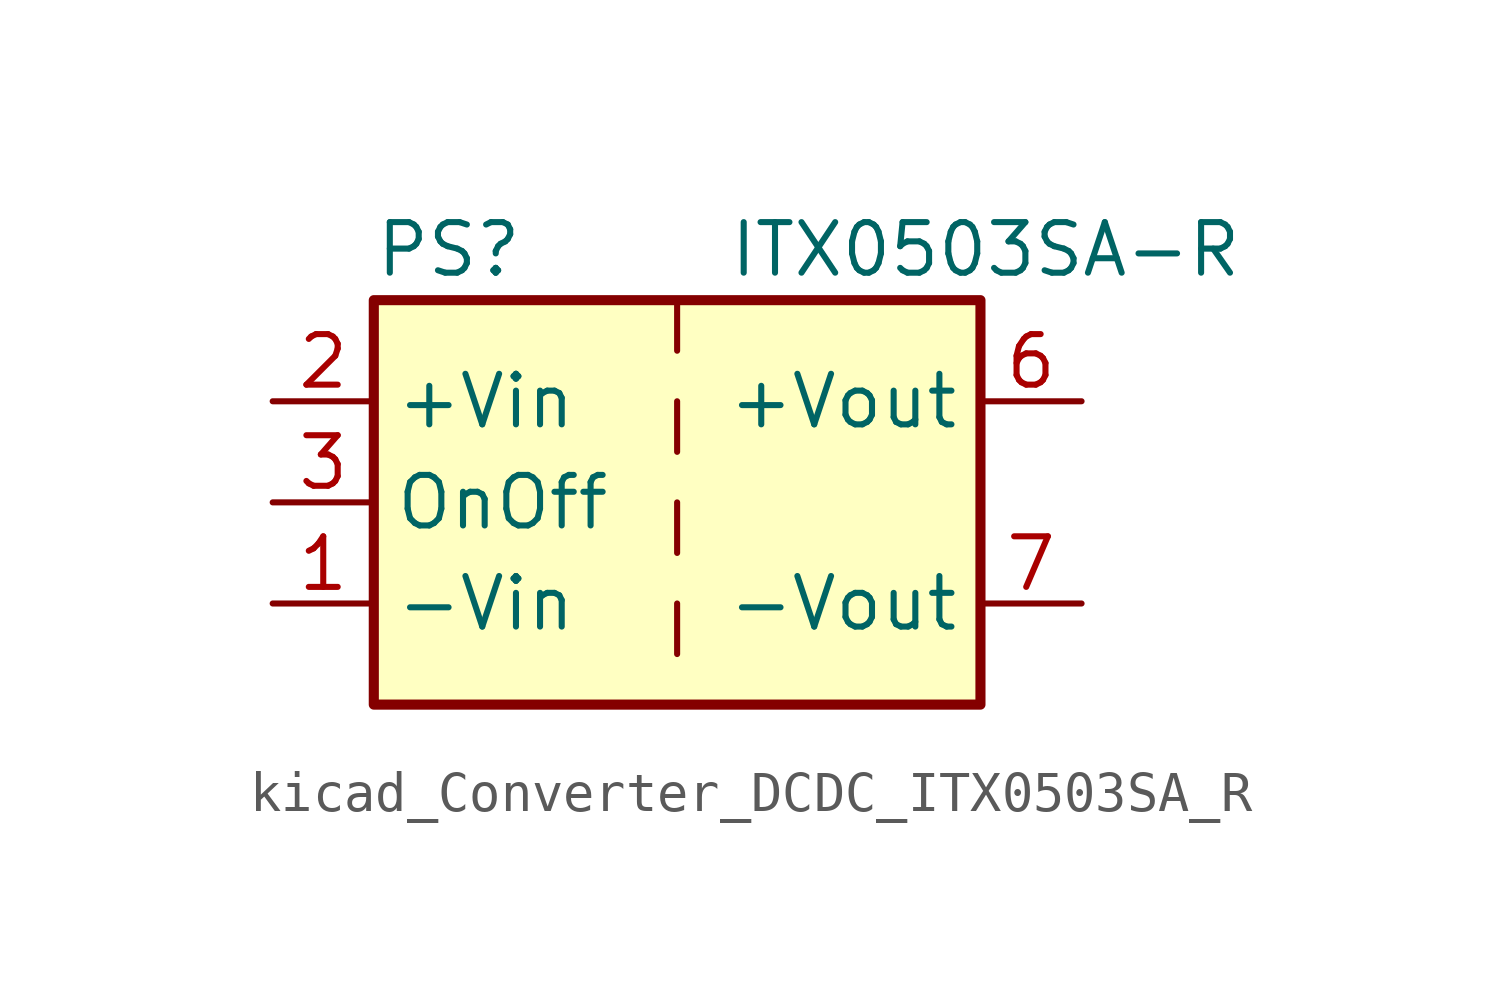
<source format=kicad_sym>
(kicad_symbol_lib
  (version 20220914)
  (generator kicad_symbol_editor)
  (symbol "kicad_Converter_DCDC_ITX0503SA_R"
    (property "Reference" "PS"
      (at -7.62 6.35 0)
      (effects (font (size 1.27 1.27)) (justify left)))
    (property "Value" "ITX0503SA-R"
      (at 1.27 6.35 0)
      (effects (font (size 1.27 1.27)) (justify left)))
    (symbol "kicad_Converter_DCDC_ITX0503SA_R_0_0"
      (pin power_in line (at -10.16 -2.54 0) (length 2.54) (name "-Vin" (effects (font (size 1.27 1.27)))) (number "1" (effects (font (size 1.27 1.27)))))
      (pin power_in line (at -10.16 2.54 0) (length 2.54) (name "+Vin" (effects (font (size 1.27 1.27)))) (number "2" (effects (font (size 1.27 1.27)))))
      (pin input line (at -10.16 0 0) (length 2.54) (name "OnOff" (effects (font (size 1.27 1.27)))) (number "3" (effects (font (size 1.27 1.27)))))
      (pin no_connect line (at 0 5.08 270) (length 2.54) hide (name "NC" (effects (font (size 1.27 1.27)))) (number "5" (effects (font (size 1.27 1.27)))))
      (pin power_out line (at 10.16 2.54 180) (length 2.54) (name "+Vout" (effects (font (size 1.27 1.27)))) (number "6" (effects (font (size 1.27 1.27)))))
      (pin power_out line (at 10.16 -2.54 180) (length 2.54) (name "-Vout" (effects (font (size 1.27 1.27)))) (number "7" (effects (font (size 1.27 1.27)))))
      (pin no_connect line (at 7.62 0 180) (length 2.54) hide (name "NC" (effects (font (size 1.27 1.27)))) (number "8" (effects (font (size 1.27 1.27))))))
    (symbol "kicad_Converter_DCDC_ITX0503SA_R_0_1"
      (rectangle (start -7.62 5.08) (end 7.62 -5.08) (stroke (width 0.254) (type default)) (fill (type background)))
      (polyline (pts (xy 0 -2.54) (xy 0 -3.81)) (stroke (width 0) (type default)) (fill (type none)))
      (polyline (pts (xy 0 0) (xy 0 -1.27)) (stroke (width 0) (type default)) (fill (type none)))
      (polyline (pts (xy 0 2.54) (xy 0 1.27)) (stroke (width 0) (type default)) (fill (type none)))
      (polyline (pts (xy 0 5.08) (xy 0 3.81)) (stroke (width 0) (type default)) (fill (type none))))))
</source>
